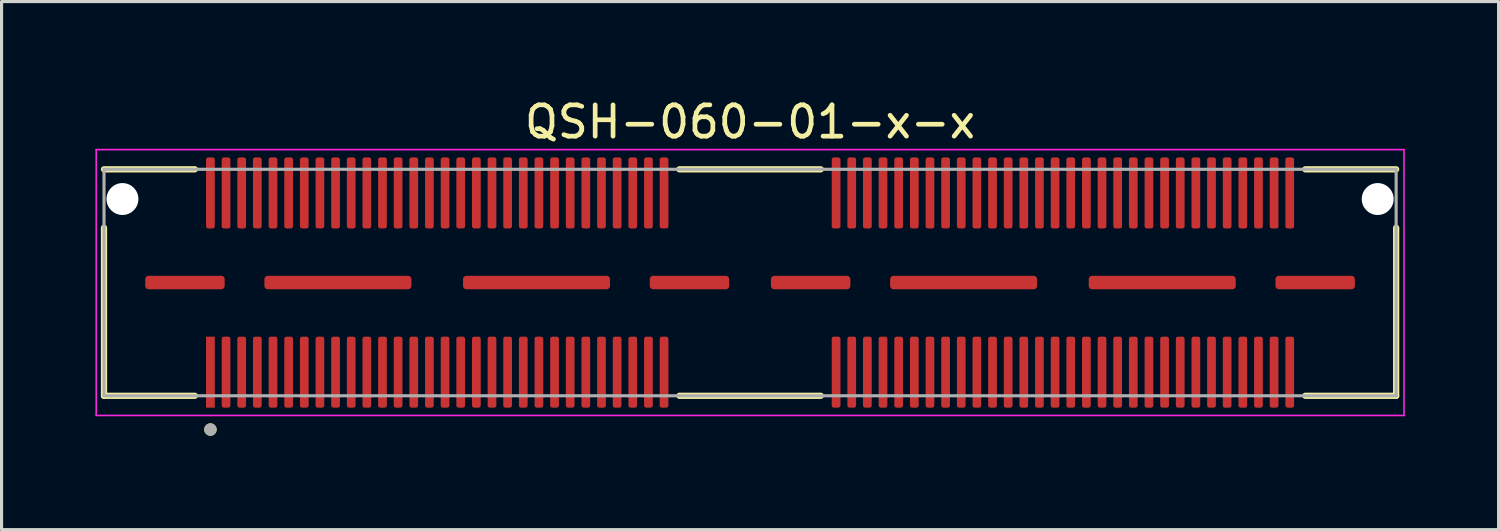
<source format=kicad_pcb>
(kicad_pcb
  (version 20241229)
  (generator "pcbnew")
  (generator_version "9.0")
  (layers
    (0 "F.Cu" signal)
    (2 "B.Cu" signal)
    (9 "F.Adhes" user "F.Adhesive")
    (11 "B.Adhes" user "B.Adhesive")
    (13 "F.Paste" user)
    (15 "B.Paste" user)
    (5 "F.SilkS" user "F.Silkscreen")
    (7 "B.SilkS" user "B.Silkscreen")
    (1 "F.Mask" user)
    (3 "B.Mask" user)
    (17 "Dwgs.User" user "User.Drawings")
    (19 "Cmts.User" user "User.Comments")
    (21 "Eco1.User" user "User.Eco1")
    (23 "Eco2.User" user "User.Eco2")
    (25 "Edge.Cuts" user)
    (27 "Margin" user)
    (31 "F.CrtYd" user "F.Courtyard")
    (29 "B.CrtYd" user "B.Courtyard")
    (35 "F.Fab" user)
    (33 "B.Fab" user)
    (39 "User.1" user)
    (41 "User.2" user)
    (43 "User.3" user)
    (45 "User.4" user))
  (footprint "QSH-060-01-x-x"
    (layer "F.Cu")
    (at 20.93 5.983)
    (property "Reference" "QSH-060-01-x-x" (at 0 -5.135 0) (layer "F.SilkS") (effects (font (size 1 1) (thickness 0.15))))
    (attr smd)
    (fp_line (start -20.655 -3.62) (end -17.75 -3.62) (stroke (width 0.2) (type solid)) (layer "F.SilkS"))
    (fp_line (start -20.655 3.62) (end -20.655 -1.75) (stroke (width 0.2) (type solid)) (layer "F.SilkS"))
    (fp_line (start -17.75 3.62) (end -20.655 3.62) (stroke (width 0.2) (type solid)) (layer "F.SilkS"))
    (fp_line (start -2.26 -3.62) (end 2.26 -3.62) (stroke (width 0.2) (type solid)) (layer "F.SilkS"))
    (fp_line (start -2.26 3.62) (end 2.26 3.62) (stroke (width 0.2) (type solid)) (layer "F.SilkS"))
    (fp_line (start 17.75 -3.62) (end 20.655 -3.62) (stroke (width 0.2) (type solid)) (layer "F.SilkS"))
    (fp_line (start 20.655 -1.75) (end 20.655 3.62) (stroke (width 0.2) (type solid)) (layer "F.SilkS"))
    (fp_line (start 20.655 3.62) (end 17.75 3.62) (stroke (width 0.2) (type solid)) (layer "F.SilkS"))
    (fp_circle (center -17.253 4.7) (end -17.153 4.7) (stroke (width 0.2) (type solid)) (fill no) (layer "F.SilkS"))
    (fp_line (start -20.905 -4.25) (end -20.905 4.25) (stroke (width 0.05) (type solid)) (layer "F.CrtYd"))
    (fp_line (start -20.905 4.25) (end 20.905 4.25) (stroke (width 0.05) (type solid)) (layer "F.CrtYd"))
    (fp_line (start 20.905 -4.25) (end -20.905 -4.25) (stroke (width 0.05) (type solid)) (layer "F.CrtYd"))
    (fp_line (start 20.905 4.25) (end 20.905 -4.25) (stroke (width 0.05) (type solid)) (layer "F.CrtYd"))
    (fp_line (start -20.655 -3.62) (end 20.655 -3.62) (stroke (width 0.1) (type solid)) (layer "F.Fab"))
    (fp_line (start -20.655 3.62) (end -20.655 -3.62) (stroke (width 0.1) (type solid)) (layer "F.Fab"))
    (fp_line (start 20.655 -3.62) (end 20.655 3.62) (stroke (width 0.1) (type solid)) (layer "F.Fab"))
    (fp_line (start 20.655 3.62) (end -20.655 3.62) (stroke (width 0.1) (type solid)) (layer "F.Fab"))
    (fp_circle (center -17.253 4.7) (end -17.153 4.7) (stroke (width 0.2) (type solid)) (fill no) (layer "F.Fab"))
    (pad "" np_thru_hole circle (at -20.065 -2.67) (size 1.02 1.02) (drill 1.02) (layers "*.Cu" "*.Mask"))
    (pad "" np_thru_hole circle (at 20.065 -2.67) (size 1.02 1.02) (drill 1.02) (layers "*.Cu" "*.Mask"))
    (pad "1" smd rect (at -17.253 2.865) (size 0.279 2.27) (layers "F.Cu" "F.Mask" "F.Paste"))
    (pad "2" smd roundrect (at -17.253 -2.865) (size 0.279 2.27) (layers "F.Cu" "F.Mask" "F.Paste") (roundrect_rratio 0.25))
    (pad "3" smd roundrect (at -16.753 2.865) (size 0.279 2.27) (layers "F.Cu" "F.Mask" "F.Paste") (roundrect_rratio 0.25))
    (pad "4" smd roundrect (at -16.753 -2.865) (size 0.279 2.27) (layers "F.Cu" "F.Mask" "F.Paste") (roundrect_rratio 0.25))
    (pad "5" smd roundrect (at -16.253 2.865) (size 0.279 2.27) (layers "F.Cu" "F.Mask" "F.Paste") (roundrect_rratio 0.25))
    (pad "6" smd roundrect (at -16.253 -2.865) (size 0.279 2.27) (layers "F.Cu" "F.Mask" "F.Paste") (roundrect_rratio 0.25))
    (pad "7" smd roundrect (at -15.753 2.865) (size 0.279 2.27) (layers "F.Cu" "F.Mask" "F.Paste") (roundrect_rratio 0.25))
    (pad "8" smd roundrect (at -15.753 -2.865) (size 0.279 2.27) (layers "F.Cu" "F.Mask" "F.Paste") (roundrect_rratio 0.25))
    (pad "9" smd roundrect (at -15.252 2.865) (size 0.279 2.27) (layers "F.Cu" "F.Mask" "F.Paste") (roundrect_rratio 0.25))
    (pad "10" smd roundrect (at -15.252 -2.865) (size 0.279 2.27) (layers "F.Cu" "F.Mask" "F.Paste") (roundrect_rratio 0.25))
    (pad "11" smd roundrect (at -14.752 2.865) (size 0.279 2.27) (layers "F.Cu" "F.Mask" "F.Paste") (roundrect_rratio 0.25))
    (pad "12" smd roundrect (at -14.752 -2.865) (size 0.279 2.27) (layers "F.Cu" "F.Mask" "F.Paste") (roundrect_rratio 0.25))
    (pad "13" smd roundrect (at -14.252 2.865) (size 0.279 2.27) (layers "F.Cu" "F.Mask" "F.Paste") (roundrect_rratio 0.25))
    (pad "14" smd roundrect (at -14.252 -2.865) (size 0.279 2.27) (layers "F.Cu" "F.Mask" "F.Paste") (roundrect_rratio 0.25))
    (pad "15" smd roundrect (at -13.752 2.865) (size 0.279 2.27) (layers "F.Cu" "F.Mask" "F.Paste") (roundrect_rratio 0.25))
    (pad "16" smd roundrect (at -13.752 -2.865) (size 0.279 2.27) (layers "F.Cu" "F.Mask" "F.Paste") (roundrect_rratio 0.25))
    (pad "17" smd roundrect (at -13.252 2.865) (size 0.279 2.27) (layers "F.Cu" "F.Mask" "F.Paste") (roundrect_rratio 0.25))
    (pad "18" smd roundrect (at -13.252 -2.865) (size 0.279 2.27) (layers "F.Cu" "F.Mask" "F.Paste") (roundrect_rratio 0.25))
    (pad "19" smd roundrect (at -12.752 2.865) (size 0.279 2.27) (layers "F.Cu" "F.Mask" "F.Paste") (roundrect_rratio 0.25))
    (pad "20" smd roundrect (at -12.752 -2.865) (size 0.279 2.27) (layers "F.Cu" "F.Mask" "F.Paste") (roundrect_rratio 0.25))
    (pad "21" smd roundrect (at -12.252 2.865) (size 0.279 2.27) (layers "F.Cu" "F.Mask" "F.Paste") (roundrect_rratio 0.25))
    (pad "22" smd roundrect (at -12.252 -2.865) (size 0.279 2.27) (layers "F.Cu" "F.Mask" "F.Paste") (roundrect_rratio 0.25))
    (pad "23" smd roundrect (at -11.752 2.865) (size 0.279 2.27) (layers "F.Cu" "F.Mask" "F.Paste") (roundrect_rratio 0.25))
    (pad "24" smd roundrect (at -11.752 -2.865) (size 0.279 2.27) (layers "F.Cu" "F.Mask" "F.Paste") (roundrect_rratio 0.25))
    (pad "25" smd roundrect (at -11.252 2.865) (size 0.279 2.27) (layers "F.Cu" "F.Mask" "F.Paste") (roundrect_rratio 0.25))
    (pad "26" smd roundrect (at -11.252 -2.865) (size 0.279 2.27) (layers "F.Cu" "F.Mask" "F.Paste") (roundrect_rratio 0.25))
    (pad "27" smd roundrect (at -10.752 2.865) (size 0.279 2.27) (layers "F.Cu" "F.Mask" "F.Paste") (roundrect_rratio 0.25))
    (pad "28" smd roundrect (at -10.752 -2.865) (size 0.279 2.27) (layers "F.Cu" "F.Mask" "F.Paste") (roundrect_rratio 0.25))
    (pad "29" smd roundrect (at -10.252 2.865) (size 0.279 2.27) (layers "F.Cu" "F.Mask" "F.Paste") (roundrect_rratio 0.25))
    (pad "30" smd roundrect (at -10.252 -2.865) (size 0.279 2.27) (layers "F.Cu" "F.Mask" "F.Paste") (roundrect_rratio 0.25))
    (pad "31" smd roundrect (at -9.751 2.865) (size 0.279 2.27) (layers "F.Cu" "F.Mask" "F.Paste") (roundrect_rratio 0.25))
    (pad "32" smd roundrect (at -9.751 -2.865) (size 0.279 2.27) (layers "F.Cu" "F.Mask" "F.Paste") (roundrect_rratio 0.25))
    (pad "33" smd roundrect (at -9.251 2.865) (size 0.279 2.27) (layers "F.Cu" "F.Mask" "F.Paste") (roundrect_rratio 0.25))
    (pad "34" smd roundrect (at -9.251 -2.865) (size 0.279 2.27) (layers "F.Cu" "F.Mask" "F.Paste") (roundrect_rratio 0.25))
    (pad "35" smd roundrect (at -8.751 2.865) (size 0.279 2.27) (layers "F.Cu" "F.Mask" "F.Paste") (roundrect_rratio 0.25))
    (pad "36" smd roundrect (at -8.751 -2.865) (size 0.279 2.27) (layers "F.Cu" "F.Mask" "F.Paste") (roundrect_rratio 0.25))
    (pad "37" smd roundrect (at -8.251 2.865) (size 0.279 2.27) (layers "F.Cu" "F.Mask" "F.Paste") (roundrect_rratio 0.25))
    (pad "38" smd roundrect (at -8.251 -2.865) (size 0.279 2.27) (layers "F.Cu" "F.Mask" "F.Paste") (roundrect_rratio 0.25))
    (pad "39" smd roundrect (at -7.751 2.865) (size 0.279 2.27) (layers "F.Cu" "F.Mask" "F.Paste") (roundrect_rratio 0.25))
    (pad "40" smd roundrect (at -7.751 -2.865) (size 0.279 2.27) (layers "F.Cu" "F.Mask" "F.Paste") (roundrect_rratio 0.25))
    (pad "41" smd roundrect (at -7.251 2.865) (size 0.279 2.27) (layers "F.Cu" "F.Mask" "F.Paste") (roundrect_rratio 0.25))
    (pad "42" smd roundrect (at -7.251 -2.865) (size 0.279 2.27) (layers "F.Cu" "F.Mask" "F.Paste") (roundrect_rratio 0.25))
    (pad "43" smd roundrect (at -6.751 2.865) (size 0.279 2.27) (layers "F.Cu" "F.Mask" "F.Paste") (roundrect_rratio 0.25))
    (pad "44" smd roundrect (at -6.751 -2.865) (size 0.279 2.27) (layers "F.Cu" "F.Mask" "F.Paste") (roundrect_rratio 0.25))
    (pad "45" smd roundrect (at -6.251 2.865) (size 0.279 2.27) (layers "F.Cu" "F.Mask" "F.Paste") (roundrect_rratio 0.25))
    (pad "46" smd roundrect (at -6.251 -2.865) (size 0.279 2.27) (layers "F.Cu" "F.Mask" "F.Paste") (roundrect_rratio 0.25))
    (pad "47" smd roundrect (at -5.751 2.865) (size 0.279 2.27) (layers "F.Cu" "F.Mask" "F.Paste") (roundrect_rratio 0.25))
    (pad "48" smd roundrect (at -5.751 -2.865) (size 0.279 2.27) (layers "F.Cu" "F.Mask" "F.Paste") (roundrect_rratio 0.25))
    (pad "49" smd roundrect (at -5.251 2.865) (size 0.279 2.27) (layers "F.Cu" "F.Mask" "F.Paste") (roundrect_rratio 0.25))
    (pad "50" smd roundrect (at -5.251 -2.865) (size 0.279 2.27) (layers "F.Cu" "F.Mask" "F.Paste") (roundrect_rratio 0.25))
    (pad "51" smd roundrect (at -4.75 2.865) (size 0.279 2.27) (layers "F.Cu" "F.Mask" "F.Paste") (roundrect_rratio 0.25))
    (pad "52" smd roundrect (at -4.75 -2.865) (size 0.279 2.27) (layers "F.Cu" "F.Mask" "F.Paste") (roundrect_rratio 0.25))
    (pad "53" smd roundrect (at -4.25 2.865) (size 0.279 2.27) (layers "F.Cu" "F.Mask" "F.Paste") (roundrect_rratio 0.25))
    (pad "54" smd roundrect (at -4.25 -2.865) (size 0.279 2.27) (layers "F.Cu" "F.Mask" "F.Paste") (roundrect_rratio 0.25))
    (pad "55" smd roundrect (at -3.75 2.865) (size 0.279 2.27) (layers "F.Cu" "F.Mask" "F.Paste") (roundrect_rratio 0.25))
    (pad "56" smd roundrect (at -3.75 -2.865) (size 0.279 2.27) (layers "F.Cu" "F.Mask" "F.Paste") (roundrect_rratio 0.25))
    (pad "57" smd roundrect (at -3.25 2.865) (size 0.279 2.27) (layers "F.Cu" "F.Mask" "F.Paste") (roundrect_rratio 0.25))
    (pad "58" smd roundrect (at -3.25 -2.865) (size 0.279 2.27) (layers "F.Cu" "F.Mask" "F.Paste") (roundrect_rratio 0.25))
    (pad "59" smd roundrect (at -2.75 2.865) (size 0.279 2.27) (layers "F.Cu" "F.Mask" "F.Paste") (roundrect_rratio 0.25))
    (pad "60" smd roundrect (at -2.75 -2.865) (size 0.279 2.27) (layers "F.Cu" "F.Mask" "F.Paste") (roundrect_rratio 0.25))
    (pad "61" smd roundrect (at 2.75 2.865) (size 0.279 2.27) (layers "F.Cu" "F.Mask" "F.Paste") (roundrect_rratio 0.25))
    (pad "62" smd roundrect (at 2.75 -2.865) (size 0.279 2.27) (layers "F.Cu" "F.Mask" "F.Paste") (roundrect_rratio 0.25))
    (pad "63" smd roundrect (at 3.25 2.865) (size 0.279 2.27) (layers "F.Cu" "F.Mask" "F.Paste") (roundrect_rratio 0.25))
    (pad "64" smd roundrect (at 3.25 -2.865) (size 0.279 2.27) (layers "F.Cu" "F.Mask" "F.Paste") (roundrect_rratio 0.25))
    (pad "65" smd roundrect (at 3.75 2.865) (size 0.279 2.27) (layers "F.Cu" "F.Mask" "F.Paste") (roundrect_rratio 0.25))
    (pad "66" smd roundrect (at 3.75 -2.865) (size 0.279 2.27) (layers "F.Cu" "F.Mask" "F.Paste") (roundrect_rratio 0.25))
    (pad "67" smd roundrect (at 4.25 2.865) (size 0.279 2.27) (layers "F.Cu" "F.Mask" "F.Paste") (roundrect_rratio 0.25))
    (pad "68" smd roundrect (at 4.25 -2.865) (size 0.279 2.27) (layers "F.Cu" "F.Mask" "F.Paste") (roundrect_rratio 0.25))
    (pad "69" smd roundrect (at 4.75 2.865) (size 0.279 2.27) (layers "F.Cu" "F.Mask" "F.Paste") (roundrect_rratio 0.25))
    (pad "70" smd roundrect (at 4.75 -2.865) (size 0.279 2.27) (layers "F.Cu" "F.Mask" "F.Paste") (roundrect_rratio 0.25))
    (pad "71" smd roundrect (at 5.251 2.865) (size 0.279 2.27) (layers "F.Cu" "F.Mask" "F.Paste") (roundrect_rratio 0.25))
    (pad "72" smd roundrect (at 5.251 -2.865) (size 0.279 2.27) (layers "F.Cu" "F.Mask" "F.Paste") (roundrect_rratio 0.25))
    (pad "73" smd roundrect (at 5.751 2.865) (size 0.279 2.27) (layers "F.Cu" "F.Mask" "F.Paste") (roundrect_rratio 0.25))
    (pad "74" smd roundrect (at 5.751 -2.865) (size 0.279 2.27) (layers "F.Cu" "F.Mask" "F.Paste") (roundrect_rratio 0.25))
    (pad "75" smd roundrect (at 6.251 2.865) (size 0.279 2.27) (layers "F.Cu" "F.Mask" "F.Paste") (roundrect_rratio 0.25))
    (pad "76" smd roundrect (at 6.251 -2.865) (size 0.279 2.27) (layers "F.Cu" "F.Mask" "F.Paste") (roundrect_rratio 0.25))
    (pad "77" smd roundrect (at 6.751 2.865) (size 0.279 2.27) (layers "F.Cu" "F.Mask" "F.Paste") (roundrect_rratio 0.25))
    (pad "78" smd roundrect (at 6.751 -2.865) (size 0.279 2.27) (layers "F.Cu" "F.Mask" "F.Paste") (roundrect_rratio 0.25))
    (pad "79" smd roundrect (at 7.251 2.865) (size 0.279 2.27) (layers "F.Cu" "F.Mask" "F.Paste") (roundrect_rratio 0.25))
    (pad "80" smd roundrect (at 7.251 -2.865) (size 0.279 2.27) (layers "F.Cu" "F.Mask" "F.Paste") (roundrect_rratio 0.25))
    (pad "81" smd roundrect (at 7.751 2.865) (size 0.279 2.27) (layers "F.Cu" "F.Mask" "F.Paste") (roundrect_rratio 0.25))
    (pad "82" smd roundrect (at 7.751 -2.865) (size 0.279 2.27) (layers "F.Cu" "F.Mask" "F.Paste") (roundrect_rratio 0.25))
    (pad "83" smd roundrect (at 8.251 2.865) (size 0.279 2.27) (layers "F.Cu" "F.Mask" "F.Paste") (roundrect_rratio 0.25))
    (pad "84" smd roundrect (at 8.251 -2.865) (size 0.279 2.27) (layers "F.Cu" "F.Mask" "F.Paste") (roundrect_rratio 0.25))
    (pad "85" smd roundrect (at 8.751 2.865) (size 0.279 2.27) (layers "F.Cu" "F.Mask" "F.Paste") (roundrect_rratio 0.25))
    (pad "86" smd roundrect (at 8.751 -2.865) (size 0.279 2.27) (layers "F.Cu" "F.Mask" "F.Paste") (roundrect_rratio 0.25))
    (pad "87" smd roundrect (at 9.251 2.865) (size 0.279 2.27) (layers "F.Cu" "F.Mask" "F.Paste") (roundrect_rratio 0.25))
    (pad "88" smd roundrect (at 9.251 -2.865) (size 0.279 2.27) (layers "F.Cu" "F.Mask" "F.Paste") (roundrect_rratio 0.25))
    (pad "89" smd roundrect (at 9.751 2.865) (size 0.279 2.27) (layers "F.Cu" "F.Mask" "F.Paste") (roundrect_rratio 0.25))
    (pad "90" smd roundrect (at 9.751 -2.865) (size 0.279 2.27) (layers "F.Cu" "F.Mask" "F.Paste") (roundrect_rratio 0.25))
    (pad "91" smd roundrect (at 10.252 2.865) (size 0.279 2.27) (layers "F.Cu" "F.Mask" "F.Paste") (roundrect_rratio 0.25))
    (pad "92" smd roundrect (at 10.252 -2.865) (size 0.279 2.27) (layers "F.Cu" "F.Mask" "F.Paste") (roundrect_rratio 0.25))
    (pad "93" smd roundrect (at 10.752 2.865) (size 0.279 2.27) (layers "F.Cu" "F.Mask" "F.Paste") (roundrect_rratio 0.25))
    (pad "94" smd roundrect (at 10.752 -2.865) (size 0.279 2.27) (layers "F.Cu" "F.Mask" "F.Paste") (roundrect_rratio 0.25))
    (pad "95" smd roundrect (at 11.252 2.865) (size 0.279 2.27) (layers "F.Cu" "F.Mask" "F.Paste") (roundrect_rratio 0.25))
    (pad "96" smd roundrect (at 11.252 -2.865) (size 0.279 2.27) (layers "F.Cu" "F.Mask" "F.Paste") (roundrect_rratio 0.25))
    (pad "97" smd roundrect (at 11.752 2.865) (size 0.279 2.27) (layers "F.Cu" "F.Mask" "F.Paste") (roundrect_rratio 0.25))
    (pad "98" smd roundrect (at 11.752 -2.865) (size 0.279 2.27) (layers "F.Cu" "F.Mask" "F.Paste") (roundrect_rratio 0.25))
    (pad "99" smd roundrect (at 12.252 2.865) (size 0.279 2.27) (layers "F.Cu" "F.Mask" "F.Paste") (roundrect_rratio 0.25))
    (pad "100" smd roundrect (at 12.252 -2.865) (size 0.279 2.27) (layers "F.Cu" "F.Mask" "F.Paste") (roundrect_rratio 0.25))
    (pad "101" smd roundrect (at 12.752 2.865) (size 0.279 2.27) (layers "F.Cu" "F.Mask" "F.Paste") (roundrect_rratio 0.25))
    (pad "102" smd roundrect (at 12.752 -2.865) (size 0.279 2.27) (layers "F.Cu" "F.Mask" "F.Paste") (roundrect_rratio 0.25))
    (pad "103" smd roundrect (at 13.252 2.865) (size 0.279 2.27) (layers "F.Cu" "F.Mask" "F.Paste") (roundrect_rratio 0.25))
    (pad "104" smd roundrect (at 13.252 -2.865) (size 0.279 2.27) (layers "F.Cu" "F.Mask" "F.Paste") (roundrect_rratio 0.25))
    (pad "105" smd roundrect (at 13.752 2.865) (size 0.279 2.27) (layers "F.Cu" "F.Mask" "F.Paste") (roundrect_rratio 0.25))
    (pad "106" smd roundrect (at 13.752 -2.865) (size 0.279 2.27) (layers "F.Cu" "F.Mask" "F.Paste") (roundrect_rratio 0.25))
    (pad "107" smd roundrect (at 14.252 2.865) (size 0.279 2.27) (layers "F.Cu" "F.Mask" "F.Paste") (roundrect_rratio 0.25))
    (pad "108" smd roundrect (at 14.252 -2.865) (size 0.279 2.27) (layers "F.Cu" "F.Mask" "F.Paste") (roundrect_rratio 0.25))
    (pad "109" smd roundrect (at 14.752 2.865) (size 0.279 2.27) (layers "F.Cu" "F.Mask" "F.Paste") (roundrect_rratio 0.25))
    (pad "110" smd roundrect (at 14.752 -2.865) (size 0.279 2.27) (layers "F.Cu" "F.Mask" "F.Paste") (roundrect_rratio 0.25))
    (pad "111" smd roundrect (at 15.252 2.865) (size 0.279 2.27) (layers "F.Cu" "F.Mask" "F.Paste") (roundrect_rratio 0.25))
    (pad "112" smd roundrect (at 15.252 -2.865) (size 0.279 2.27) (layers "F.Cu" "F.Mask" "F.Paste") (roundrect_rratio 0.25))
    (pad "113" smd roundrect (at 15.753 2.865) (size 0.279 2.27) (layers "F.Cu" "F.Mask" "F.Paste") (roundrect_rratio 0.25))
    (pad "114" smd roundrect (at 15.753 -2.865) (size 0.279 2.27) (layers "F.Cu" "F.Mask" "F.Paste") (roundrect_rratio 0.25))
    (pad "115" smd roundrect (at 16.253 2.865) (size 0.279 2.27) (layers "F.Cu" "F.Mask" "F.Paste") (roundrect_rratio 0.25))
    (pad "116" smd roundrect (at 16.253 -2.865) (size 0.279 2.27) (layers "F.Cu" "F.Mask" "F.Paste") (roundrect_rratio 0.25))
    (pad "117" smd roundrect (at 16.753 2.865) (size 0.279 2.27) (layers "F.Cu" "F.Mask" "F.Paste") (roundrect_rratio 0.25))
    (pad "118" smd roundrect (at 16.753 -2.865) (size 0.279 2.27) (layers "F.Cu" "F.Mask" "F.Paste") (roundrect_rratio 0.25))
    (pad "119" smd roundrect (at 17.253 2.865) (size 0.279 2.27) (layers "F.Cu" "F.Mask" "F.Paste") (roundrect_rratio 0.25))
    (pad "120" smd roundrect (at 17.253 -2.865) (size 0.279 2.27) (layers "F.Cu" "F.Mask" "F.Paste") (roundrect_rratio 0.25))
    (pad "121" smd roundrect (at -18.067 0) (size 2.54 0.43) (layers "F.Cu" "F.Mask" "F.Paste") (roundrect_rratio 0.25))
    (pad "122" smd roundrect (at -13.177 0) (size 4.7 0.43) (layers "F.Cu" "F.Mask" "F.Paste") (roundrect_rratio 0.25))
    (pad "123" smd roundrect (at -6.827 0) (size 4.7 0.43) (layers "F.Cu" "F.Mask" "F.Paste") (roundrect_rratio 0.25))
    (pad "124" smd roundrect (at -1.937 0) (size 2.54 0.43) (layers "F.Cu" "F.Mask" "F.Paste") (roundrect_rratio 0.25))
    (pad "125" smd roundrect (at 1.937 0) (size 2.54 0.43) (layers "F.Cu" "F.Mask" "F.Paste") (roundrect_rratio 0.25))
    (pad "126" smd roundrect (at 6.827 0) (size 4.7 0.43) (layers "F.Cu" "F.Mask" "F.Paste") (roundrect_rratio 0.25))
    (pad "127" smd roundrect (at 13.177 0) (size 4.7 0.43) (layers "F.Cu" "F.Mask" "F.Paste") (roundrect_rratio 0.25))
    (pad "128" smd roundrect (at 18.067 0) (size 2.54 0.43) (layers "F.Cu" "F.Mask" "F.Paste") (roundrect_rratio 0.25)))
  (gr_rect
    (start -3 -3)
    (end 44.86 13.883)
    (stroke (width 0.1) (type default))
    (fill no)
    (layer "Edge.Cuts")))
</source>
